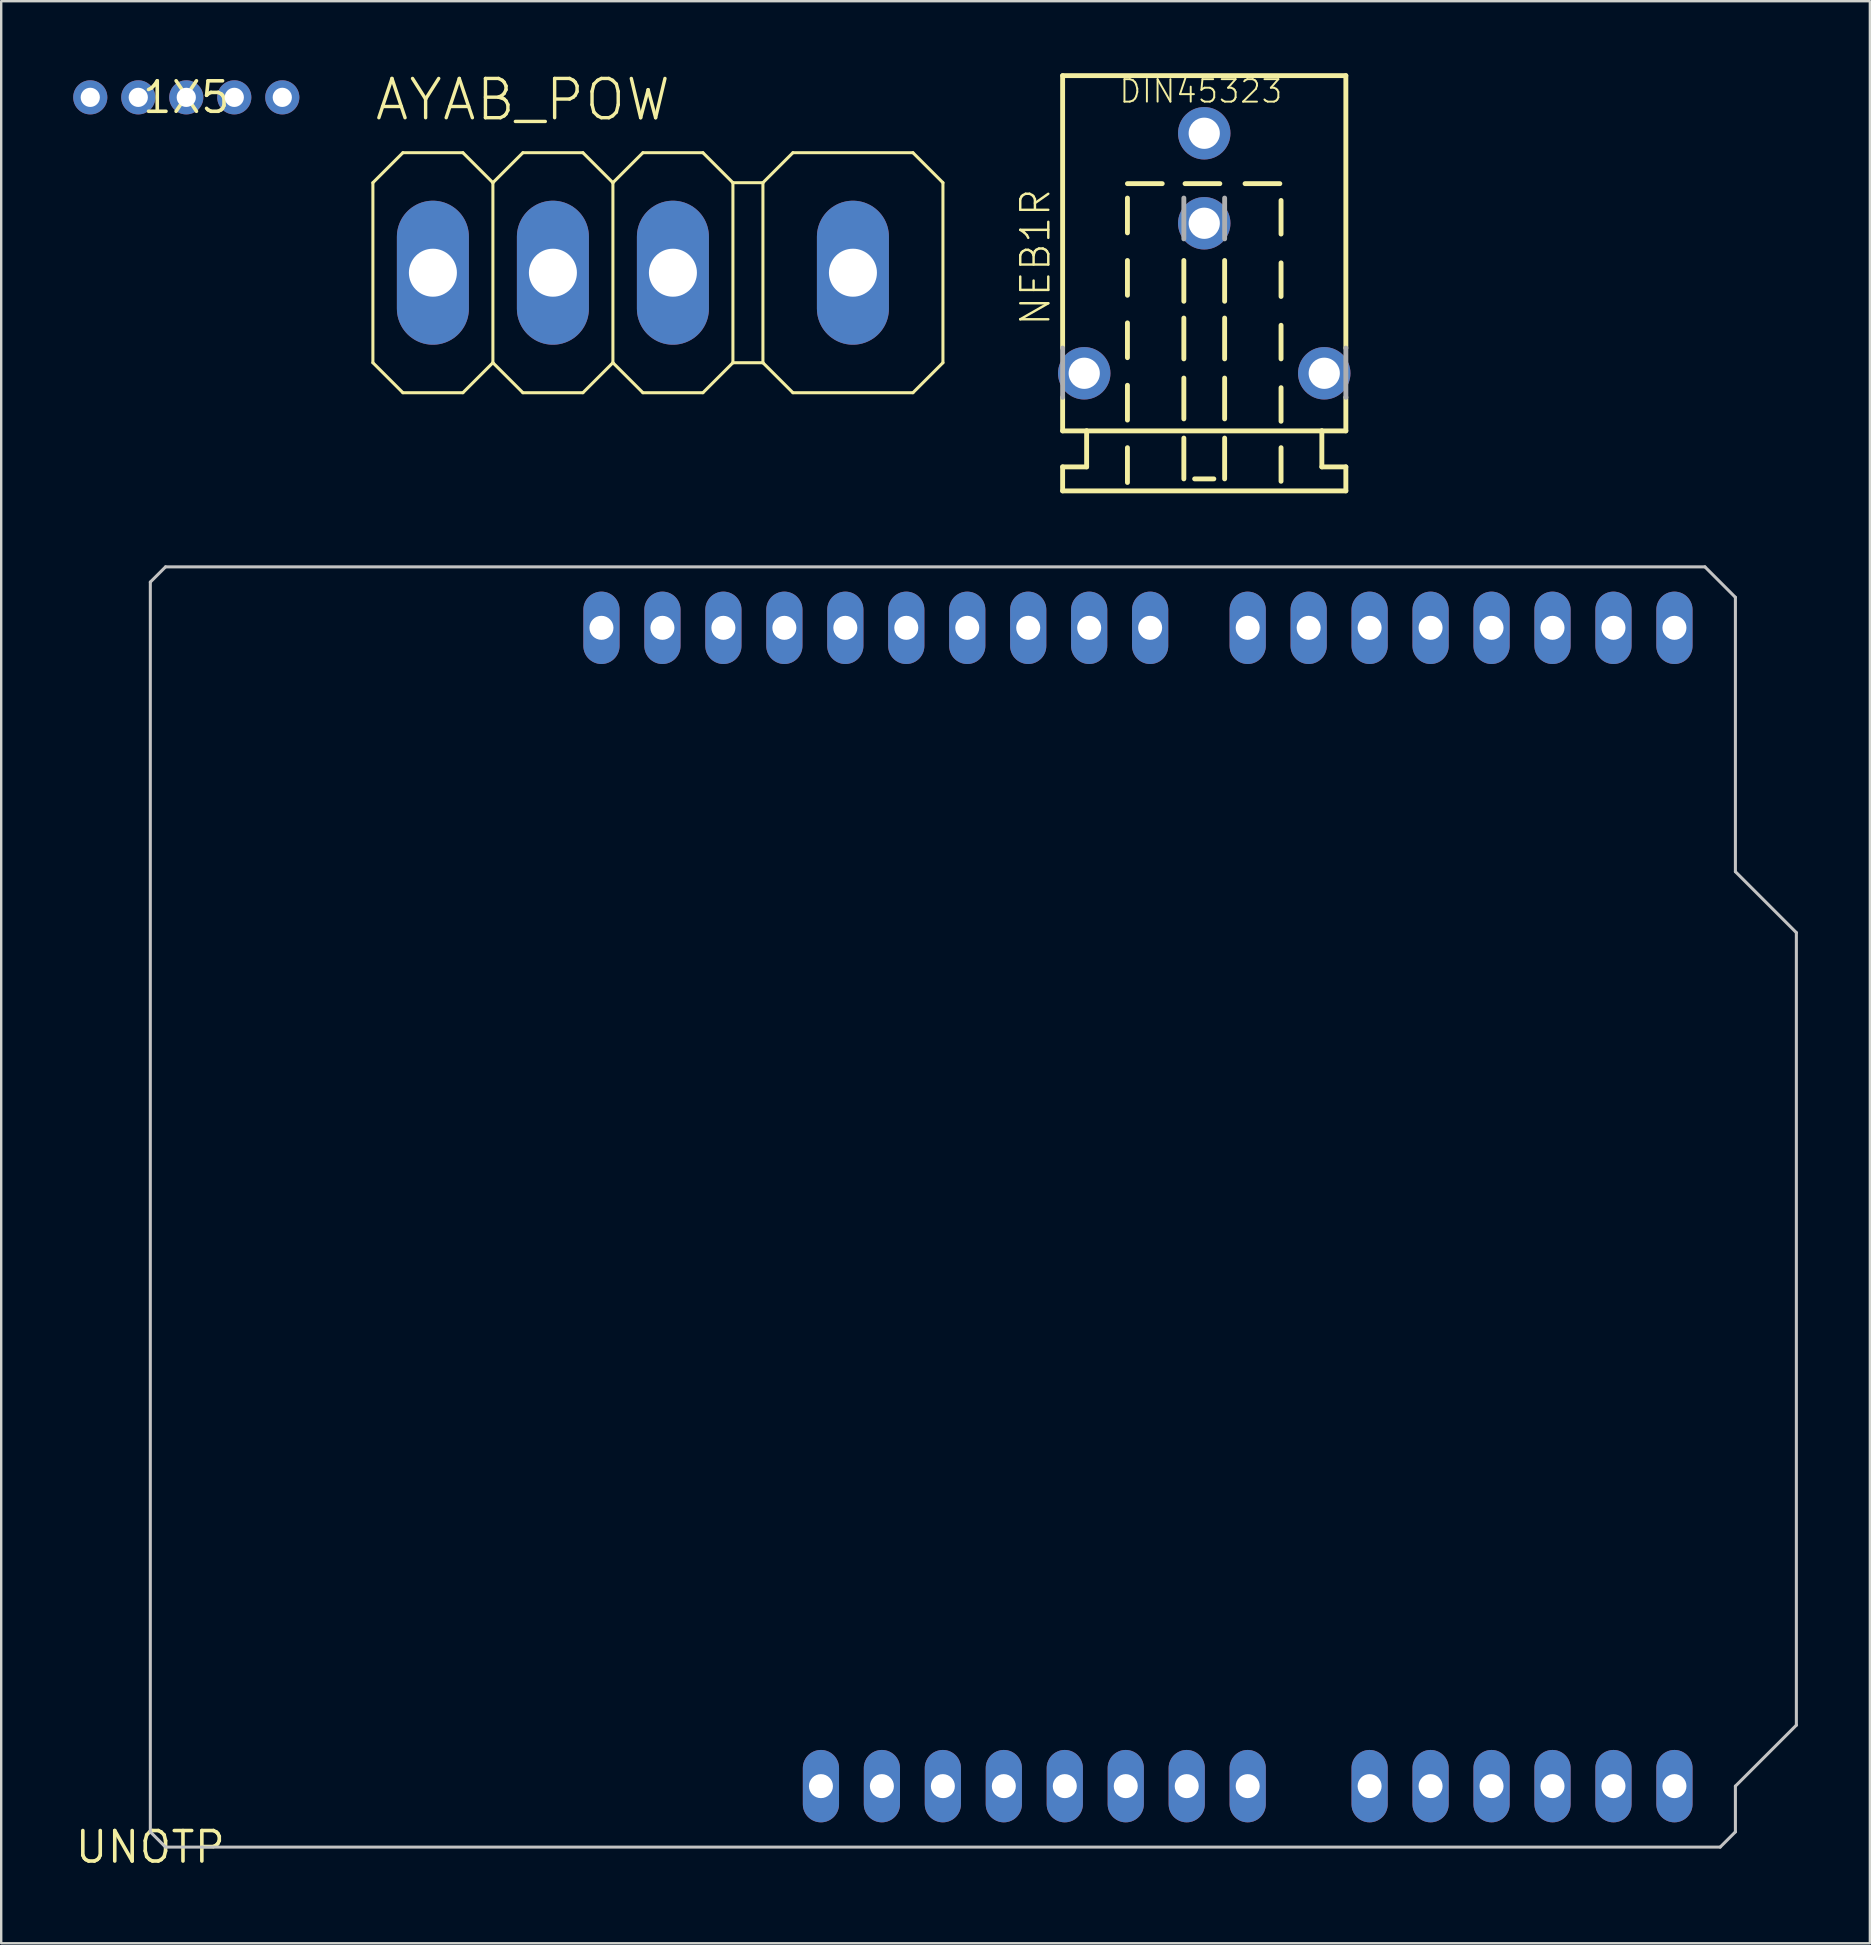
<source format=kicad_pcb>
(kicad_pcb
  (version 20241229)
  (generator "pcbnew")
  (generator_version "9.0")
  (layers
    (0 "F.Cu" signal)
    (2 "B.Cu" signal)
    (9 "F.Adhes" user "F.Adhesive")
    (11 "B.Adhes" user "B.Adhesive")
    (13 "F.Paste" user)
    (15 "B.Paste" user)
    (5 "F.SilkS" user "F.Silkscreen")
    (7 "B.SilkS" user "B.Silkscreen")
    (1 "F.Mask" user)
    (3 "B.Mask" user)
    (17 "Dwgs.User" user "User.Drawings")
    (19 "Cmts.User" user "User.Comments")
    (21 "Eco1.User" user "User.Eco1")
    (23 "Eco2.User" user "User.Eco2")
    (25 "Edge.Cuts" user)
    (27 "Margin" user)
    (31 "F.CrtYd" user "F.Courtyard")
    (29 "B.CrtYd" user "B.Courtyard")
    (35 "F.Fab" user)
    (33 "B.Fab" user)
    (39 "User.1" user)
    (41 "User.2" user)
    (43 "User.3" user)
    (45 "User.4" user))
  (footprint "AYAB_POW"
    (layer "F.Cu")
    (at 19.986 8.312)
    (property "Reference" "AYAB_POW" (at -7.5 -6.25 0) (layer "F.SilkS") (effects (font (size 1.636 1.636) (thickness 0.142)) (justify left bottom)))
    (fp_line (start -7.5 -3.75) (end -7.5 3.75) (stroke (width 0.127) (type solid)) (layer "F.SilkS"))
    (fp_line (start -7.5 3.75) (end -6.25 5) (stroke (width 0.127) (type solid)) (layer "F.SilkS"))
    (fp_line (start -6.25 -5) (end -7.5 -3.75) (stroke (width 0.127) (type solid)) (layer "F.SilkS"))
    (fp_line (start -6.25 5) (end -3.75 5) (stroke (width 0.127) (type solid)) (layer "F.SilkS"))
    (fp_line (start -3.75 -5) (end -6.25 -5) (stroke (width 0.127) (type solid)) (layer "F.SilkS"))
    (fp_line (start -3.75 -5) (end -2.5 -3.75) (stroke (width 0.127) (type solid)) (layer "F.SilkS"))
    (fp_line (start -2.5 -3.75) (end -2.5 3.75) (stroke (width 0.127) (type solid)) (layer "F.SilkS"))
    (fp_line (start -2.5 3.75) (end -3.75 5) (stroke (width 0.127) (type solid)) (layer "F.SilkS"))
    (fp_line (start -2.5 3.75) (end -1.25 5) (stroke (width 0.127) (type solid)) (layer "F.SilkS"))
    (fp_line (start -1.25 -5) (end -2.5 -3.75) (stroke (width 0.127) (type solid)) (layer "F.SilkS"))
    (fp_line (start -1.25 -5) (end 1.25 -5) (stroke (width 0.127) (type solid)) (layer "F.SilkS"))
    (fp_line (start 1.25 -5) (end 2.5 -3.75) (stroke (width 0.127) (type solid)) (layer "F.SilkS"))
    (fp_line (start 1.25 5) (end -1.25 5) (stroke (width 0.127) (type solid)) (layer "F.SilkS"))
    (fp_line (start 2.5 -3.75) (end 2.5 3.75) (stroke (width 0.127) (type solid)) (layer "F.SilkS"))
    (fp_line (start 2.5 -3.75) (end 3.75 -5) (stroke (width 0.127) (type solid)) (layer "F.SilkS"))
    (fp_line (start 2.5 3.75) (end 1.25 5) (stroke (width 0.127) (type solid)) (layer "F.SilkS"))
    (fp_line (start 2.5 3.75) (end 3.75 5) (stroke (width 0.127) (type solid)) (layer "F.SilkS"))
    (fp_line (start 3.75 -5) (end 6.25 -5) (stroke (width 0.127) (type solid)) (layer "F.SilkS"))
    (fp_line (start 6.25 -5) (end 7.5 -3.75) (stroke (width 0.127) (type solid)) (layer "F.SilkS"))
    (fp_line (start 6.25 5) (end 3.75 5) (stroke (width 0.127) (type solid)) (layer "F.SilkS"))
    (fp_line (start 6.25 5) (end 7.5 3.75) (stroke (width 0.127) (type solid)) (layer "F.SilkS"))
    (fp_line (start 7.5 -3.75) (end 7.5 3.75) (stroke (width 0.127) (type solid)) (layer "F.SilkS"))
    (fp_line (start 8.75 -3.75) (end 7.5 -3.75) (stroke (width 0.127) (type solid)) (layer "F.SilkS"))
    (fp_line (start 8.75 -3.75) (end 8.75 3.75) (stroke (width 0.127) (type solid)) (layer "F.SilkS"))
    (fp_line (start 8.75 3.75) (end 7.5 3.75) (stroke (width 0.127) (type solid)) (layer "F.SilkS"))
    (fp_line (start 8.75 3.75) (end 10 5) (stroke (width 0.127) (type solid)) (layer "F.SilkS"))
    (fp_line (start 10 -5) (end 8.75 -3.75) (stroke (width 0.127) (type solid)) (layer "F.SilkS"))
    (fp_line (start 10 5) (end 15 5) (stroke (width 0.127) (type solid)) (layer "F.SilkS"))
    (fp_line (start 15 -5) (end 10 -5) (stroke (width 0.127) (type solid)) (layer "F.SilkS"))
    (fp_line (start 15 -5) (end 16.25 -3.75) (stroke (width 0.127) (type solid)) (layer "F.SilkS"))
    (fp_line (start 16.25 -3.75) (end 16.25 3.75) (stroke (width 0.127) (type solid)) (layer "F.SilkS"))
    (fp_line (start 16.25 3.75) (end 15 5) (stroke (width 0.127) (type solid)) (layer "F.SilkS"))
    (pad "P$1" thru_hole oval (at 12.5 0 90) (size 6 3) (drill 2) (layers "*.Cu" "*.Mask"))
    (pad "P$2" thru_hole oval (at 5 0 90) (size 6 3) (drill 2) (layers "*.Cu" "*.Mask"))
    (pad "P$3" thru_hole oval (at 0 0 90) (size 6 3) (drill 2) (layers "*.Cu" "*.Mask"))
    (pad "P$4" thru_hole oval (at -5 0 90) (size 6 3) (drill 2) (layers "*.Cu" "*.Mask")))
  (footprint "UNOTP"
    (layer "F.Cu")
    (at 3.213 73.907)
    (property "Reference" "UNOTP" (at 0 0 0) (layer "F.SilkS") (effects (font (size 1.27 1.27) (thickness 0.15))))
    (fp_line (start 0 -52.705) (end 0 -0.635) (stroke (width 0.127) (type solid)) (layer "Dwgs.User"))
    (fp_line (start 0 -0.635) (end 0.635 0) (stroke (width 0.127) (type solid)) (layer "Dwgs.User"))
    (fp_line (start 0.635 -53.34) (end 0 -52.705) (stroke (width 0.127) (type solid)) (layer "Dwgs.User"))
    (fp_line (start 0.635 0) (end 65.405 0) (stroke (width 0.127) (type solid)) (layer "Dwgs.User"))
    (fp_line (start 64.77 -53.34) (end 0.635 -53.34) (stroke (width 0.127) (type solid)) (layer "Dwgs.User"))
    (fp_line (start 65.405 0) (end 66.04 -0.635) (stroke (width 0.127) (type solid)) (layer "Dwgs.User"))
    (fp_line (start 66.04 -52.07) (end 64.77 -53.34) (stroke (width 0.127) (type solid)) (layer "Dwgs.User"))
    (fp_line (start 66.04 -40.64) (end 66.04 -52.07) (stroke (width 0.127) (type solid)) (layer "Dwgs.User"))
    (fp_line (start 66.04 -2.54) (end 68.58 -5.08) (stroke (width 0.127) (type solid)) (layer "Dwgs.User"))
    (fp_line (start 66.04 -0.635) (end 66.04 -2.54) (stroke (width 0.127) (type solid)) (layer "Dwgs.User"))
    (fp_line (start 68.58 -38.1) (end 66.04 -40.64) (stroke (width 0.127) (type solid)) (layer "Dwgs.User"))
    (fp_line (start 68.58 -5.08) (end 68.58 -38.1) (stroke (width 0.127) (type solid)) (layer "Dwgs.User"))
    (pad "1" thru_hole oval (at 27.94 -2.54 90) (size 3.016 1.508) (drill 1) (layers "*.Cu" "*.Mask"))
    (pad "2" thru_hole oval (at 30.48 -2.54 90) (size 3.016 1.508) (drill 1) (layers "*.Cu" "*.Mask"))
    (pad "3" thru_hole oval (at 33.02 -2.54 90) (size 3.016 1.508) (drill 1) (layers "*.Cu" "*.Mask"))
    (pad "4" thru_hole oval (at 35.56 -2.54 90) (size 3.016 1.508) (drill 1) (layers "*.Cu" "*.Mask"))
    (pad "5" thru_hole oval (at 38.1 -2.54 90) (size 3.016 1.508) (drill 1) (layers "*.Cu" "*.Mask"))
    (pad "6" thru_hole oval (at 40.64 -2.54 90) (size 3.016 1.508) (drill 1) (layers "*.Cu" "*.Mask"))
    (pad "7" thru_hole oval (at 43.18 -2.54 90) (size 3.016 1.508) (drill 1) (layers "*.Cu" "*.Mask"))
    (pad "8" thru_hole oval (at 45.72 -2.54 90) (size 3.016 1.508) (drill 1) (layers "*.Cu" "*.Mask"))
    (pad "9" thru_hole oval (at 50.8 -2.54 90) (size 3.016 1.508) (drill 1) (layers "*.Cu" "*.Mask"))
    (pad "10" thru_hole oval (at 53.34 -2.54 90) (size 3.016 1.508) (drill 1) (layers "*.Cu" "*.Mask"))
    (pad "11" thru_hole oval (at 55.88 -2.54 90) (size 3.016 1.508) (drill 1) (layers "*.Cu" "*.Mask"))
    (pad "12" thru_hole oval (at 58.42 -2.54 90) (size 3.016 1.508) (drill 1) (layers "*.Cu" "*.Mask"))
    (pad "13" thru_hole oval (at 60.96 -2.54 90) (size 3.016 1.508) (drill 1) (layers "*.Cu" "*.Mask"))
    (pad "14" thru_hole oval (at 63.5 -2.54 90) (size 3.016 1.508) (drill 1) (layers "*.Cu" "*.Mask"))
    (pad "15" thru_hole oval (at 63.5 -50.8 90) (size 3.016 1.508) (drill 1) (layers "*.Cu" "*.Mask"))
    (pad "16" thru_hole oval (at 60.96 -50.8 90) (size 3.016 1.508) (drill 1) (layers "*.Cu" "*.Mask"))
    (pad "17" thru_hole oval (at 58.42 -50.8 90) (size 3.016 1.508) (drill 1) (layers "*.Cu" "*.Mask"))
    (pad "18" thru_hole oval (at 55.88 -50.8 90) (size 3.016 1.508) (drill 1) (layers "*.Cu" "*.Mask"))
    (pad "19" thru_hole oval (at 53.34 -50.8 90) (size 3.016 1.508) (drill 1) (layers "*.Cu" "*.Mask"))
    (pad "20" thru_hole oval (at 50.8 -50.8 90) (size 3.016 1.508) (drill 1) (layers "*.Cu" "*.Mask"))
    (pad "21" thru_hole oval (at 48.26 -50.8 90) (size 3.016 1.508) (drill 1) (layers "*.Cu" "*.Mask"))
    (pad "22" thru_hole oval (at 45.72 -50.8 90) (size 3.016 1.508) (drill 1) (layers "*.Cu" "*.Mask"))
    (pad "23" thru_hole oval (at 41.656 -50.8 90) (size 3.016 1.508) (drill 1) (layers "*.Cu" "*.Mask"))
    (pad "24" thru_hole oval (at 39.116 -50.8 90) (size 3.016 1.508) (drill 1) (layers "*.Cu" "*.Mask"))
    (pad "25" thru_hole oval (at 36.576 -50.8 90) (size 3.016 1.508) (drill 1) (layers "*.Cu" "*.Mask"))
    (pad "26" thru_hole oval (at 34.036 -50.8 90) (size 3.016 1.508) (drill 1) (layers "*.Cu" "*.Mask"))
    (pad "27" thru_hole oval (at 31.496 -50.8 90) (size 3.016 1.508) (drill 1) (layers "*.Cu" "*.Mask"))
    (pad "28" thru_hole oval (at 28.956 -50.8 90) (size 3.016 1.508) (drill 1) (layers "*.Cu" "*.Mask"))
    (pad "29" thru_hole oval (at 26.416 -50.8 90) (size 3.016 1.508) (drill 1) (layers "*.Cu" "*.Mask"))
    (pad "30" thru_hole oval (at 23.876 -50.8 90) (size 3.016 1.508) (drill 1) (layers "*.Cu" "*.Mask"))
    (pad "31" thru_hole oval (at 21.336 -50.8 90) (size 3.016 1.508) (drill 1) (layers "*.Cu" "*.Mask"))
    (pad "32" thru_hole oval (at 18.796 -50.8 90) (size 3.016 1.508) (drill 1) (layers "*.Cu" "*.Mask")))
  (footprint "NEB1R"
    (layer "F.Cu")
    (at 47.123 12.502)
    (property "Reference" "NEB1R" (at -6.35 -1.905 90) (layer "F.SilkS") (effects (font (size 1.168 1.168) (thickness 0.102)) (justify left bottom)))
    (fp_line (start -5.9 -12.4) (end 5.9 -12.4) (stroke (width 0.203) (type solid)) (layer "F.SilkS"))
    (fp_line (start -5.9 -1.05) (end -5.9 -12.4) (stroke (width 0.203) (type solid)) (layer "F.SilkS"))
    (fp_line (start -5.9 2.4) (end -5.9 1) (stroke (width 0.203) (type solid)) (layer "F.SilkS"))
    (fp_line (start -5.9 3.9) (end -4.9 3.9) (stroke (width 0.203) (type solid)) (layer "F.SilkS"))
    (fp_line (start -5.9 4.9) (end -5.9 3.9) (stroke (width 0.203) (type solid)) (layer "F.SilkS"))
    (fp_line (start -5.9 4.9) (end 5.9 4.9) (stroke (width 0.203) (type solid)) (layer "F.SilkS"))
    (fp_line (start -4.9 2.4) (end -5.9 2.4) (stroke (width 0.203) (type solid)) (layer "F.SilkS"))
    (fp_line (start -4.9 2.4) (end 4.9 2.4) (stroke (width 0.203) (type solid)) (layer "F.SilkS"))
    (fp_line (start -4.9 3.9) (end -4.9 2.4) (stroke (width 0.203) (type solid)) (layer "F.SilkS"))
    (fp_line (start -3.2 -7.9) (end -1.75 -7.9) (stroke (width 0.203) (type solid)) (layer "F.SilkS"))
    (fp_line (start -3.2 -7.3) (end -3.2 -5.85) (stroke (width 0.203) (type solid)) (layer "F.SilkS"))
    (fp_line (start -3.2 -4.7) (end -3.2 -3.25) (stroke (width 0.203) (type solid)) (layer "F.SilkS"))
    (fp_line (start -3.2 -2.1) (end -3.2 -0.65) (stroke (width 0.203) (type solid)) (layer "F.SilkS"))
    (fp_line (start -3.2 0.5) (end -3.2 1.95) (stroke (width 0.203) (type solid)) (layer "F.SilkS"))
    (fp_line (start -3.2 3.1) (end -3.2 4.55) (stroke (width 0.203) (type solid)) (layer "F.SilkS"))
    (fp_line (start -0.85 -4.7) (end -0.85 -3) (stroke (width 0.203) (type solid)) (layer "F.SilkS"))
    (fp_line (start -0.85 -2.3) (end -0.85 -0.6) (stroke (width 0.203) (type solid)) (layer "F.SilkS"))
    (fp_line (start -0.85 0.2) (end -0.85 1.9) (stroke (width 0.203) (type solid)) (layer "F.SilkS"))
    (fp_line (start -0.85 2.7) (end -0.85 4.4) (stroke (width 0.203) (type solid)) (layer "F.SilkS"))
    (fp_line (start -0.8 -7.9) (end 0.65 -7.9) (stroke (width 0.203) (type solid)) (layer "F.SilkS"))
    (fp_line (start -0.4 4.4) (end 0.4 4.4) (stroke (width 0.203) (type solid)) (layer "F.SilkS"))
    (fp_line (start 0.85 -4.7) (end 0.85 -3) (stroke (width 0.203) (type solid)) (layer "F.SilkS"))
    (fp_line (start 0.85 -2.3) (end 0.85 -0.6) (stroke (width 0.203) (type solid)) (layer "F.SilkS"))
    (fp_line (start 0.85 0.2) (end 0.85 1.9) (stroke (width 0.203) (type solid)) (layer "F.SilkS"))
    (fp_line (start 0.85 2.7) (end 0.85 4.4) (stroke (width 0.203) (type solid)) (layer "F.SilkS"))
    (fp_line (start 1.7 -7.9) (end 3.15 -7.9) (stroke (width 0.203) (type solid)) (layer "F.SilkS"))
    (fp_line (start 3.2 -7.2) (end 3.2 -5.8) (stroke (width 0.203) (type solid)) (layer "F.SilkS"))
    (fp_line (start 3.2 -4.6) (end 3.2 -3.2) (stroke (width 0.203) (type solid)) (layer "F.SilkS"))
    (fp_line (start 3.2 -2) (end 3.2 -0.6) (stroke (width 0.203) (type solid)) (layer "F.SilkS"))
    (fp_line (start 3.2 0.6) (end 3.2 2) (stroke (width 0.203) (type solid)) (layer "F.SilkS"))
    (fp_line (start 3.2 3.1) (end 3.2 4.5) (stroke (width 0.203) (type solid)) (layer "F.SilkS"))
    (fp_line (start 4.9 2.4) (end 4.9 3.9) (stroke (width 0.203) (type solid)) (layer "F.SilkS"))
    (fp_line (start 4.9 3.9) (end 5.9 3.9) (stroke (width 0.203) (type solid)) (layer "F.SilkS"))
    (fp_line (start 5.9 -1.05) (end 5.9 -12.4) (stroke (width 0.203) (type solid)) (layer "F.SilkS"))
    (fp_line (start 5.9 2.4) (end 4.9 2.4) (stroke (width 0.203) (type solid)) (layer "F.SilkS"))
    (fp_line (start 5.9 2.4) (end 5.9 1) (stroke (width 0.203) (type solid)) (layer "F.SilkS"))
    (fp_line (start 5.9 4.9) (end 5.9 3.9) (stroke (width 0.203) (type solid)) (layer "F.SilkS"))
    (fp_line (start -5.9 -1.05) (end -5.9 1) (stroke (width 0.203) (type solid)) (layer "F.Fab"))
    (fp_line (start -0.85 -7.3) (end -0.85 -5.6) (stroke (width 0.203) (type solid)) (layer "F.Fab"))
    (fp_line (start 0.85 -7.3) (end 0.85 -5.6) (stroke (width 0.203) (type solid)) (layer "F.Fab"))
    (fp_line (start 5.9 -1.05) (end 5.9 1) (stroke (width 0.203) (type solid)) (layer "F.Fab"))
    (fp_text user "DIN45323" (at -3.6 -11.2 0) (layer "F.SilkS") (effects (font (size 0.935 0.935) (thickness 0.081)) (justify left bottom)))
    (pad "1@1" thru_hole circle (at 5 0) (size 2.184 2.184) (drill 1.3) (layers "*.Cu" "*.Mask"))
    (pad "1@2" thru_hole circle (at -5 0) (size 2.184 2.184) (drill 1.3) (layers "*.Cu" "*.Mask"))
    (pad "2" thru_hole circle (at 0 -6.25) (size 2.184 2.184) (drill 1.3) (layers "*.Cu" "*.Mask"))
    (pad "3" thru_hole circle (at 0 -10) (size 2.184 2.184) (drill 1.3) (layers "*.Cu" "*.Mask")))
  (footprint "1X5"
    (layer "F.Cu")
    (at 4.711 1.006)
    (property "Reference" "1X5" (at 0 0 0) (layer "F.SilkS") (effects (font (size 1.27 1.27) (thickness 0.15))))
    (fp_poly (pts (xy -4.254 0.254) (xy -3.746 0.254) (xy -3.746 -0.254) (xy -4.254 -0.254)) (stroke (width 0) (type solid)) (fill yes) (layer "F.SilkS"))
    (fp_poly (pts (xy -2.254 0.254) (xy -1.746 0.254) (xy -1.746 -0.254) (xy -2.254 -0.254)) (stroke (width 0) (type solid)) (fill yes) (layer "F.SilkS"))
    (fp_poly (pts (xy -0.254 0.254) (xy 0.254 0.254) (xy 0.254 -0.254) (xy -0.254 -0.254)) (stroke (width 0) (type solid)) (fill yes) (layer "F.SilkS"))
    (fp_poly (pts (xy 1.746 0.254) (xy 2.254 0.254) (xy 2.254 -0.254) (xy 1.746 -0.254)) (stroke (width 0) (type solid)) (fill yes) (layer "F.SilkS"))
    (fp_poly (pts (xy 3.746 0.254) (xy 4.254 0.254) (xy 4.254 -0.254) (xy 3.746 -0.254)) (stroke (width 0) (type solid)) (fill yes) (layer "F.SilkS"))
    (pad "1" thru_hole circle (at -4 0) (size 1.422 1.422) (drill 0.8) (layers "*.Cu" "*.Mask"))
    (pad "2" thru_hole circle (at -2 0) (size 1.422 1.422) (drill 0.8) (layers "*.Cu" "*.Mask"))
    (pad "3" thru_hole circle (at 0 0) (size 1.422 1.422) (drill 0.8) (layers "*.Cu" "*.Mask"))
    (pad "4" thru_hole circle (at 2 0) (size 1.422 1.422) (drill 0.8) (layers "*.Cu" "*.Mask"))
    (pad "5" thru_hole circle (at 4 0) (size 1.422 1.422) (drill 0.8) (layers "*.Cu" "*.Mask")))
  (gr_rect
    (start -3 -3)
    (end 74.856 77.913)
    (stroke (width 0.1) (type default))
    (fill no)
    (layer "Edge.Cuts")))
</source>
